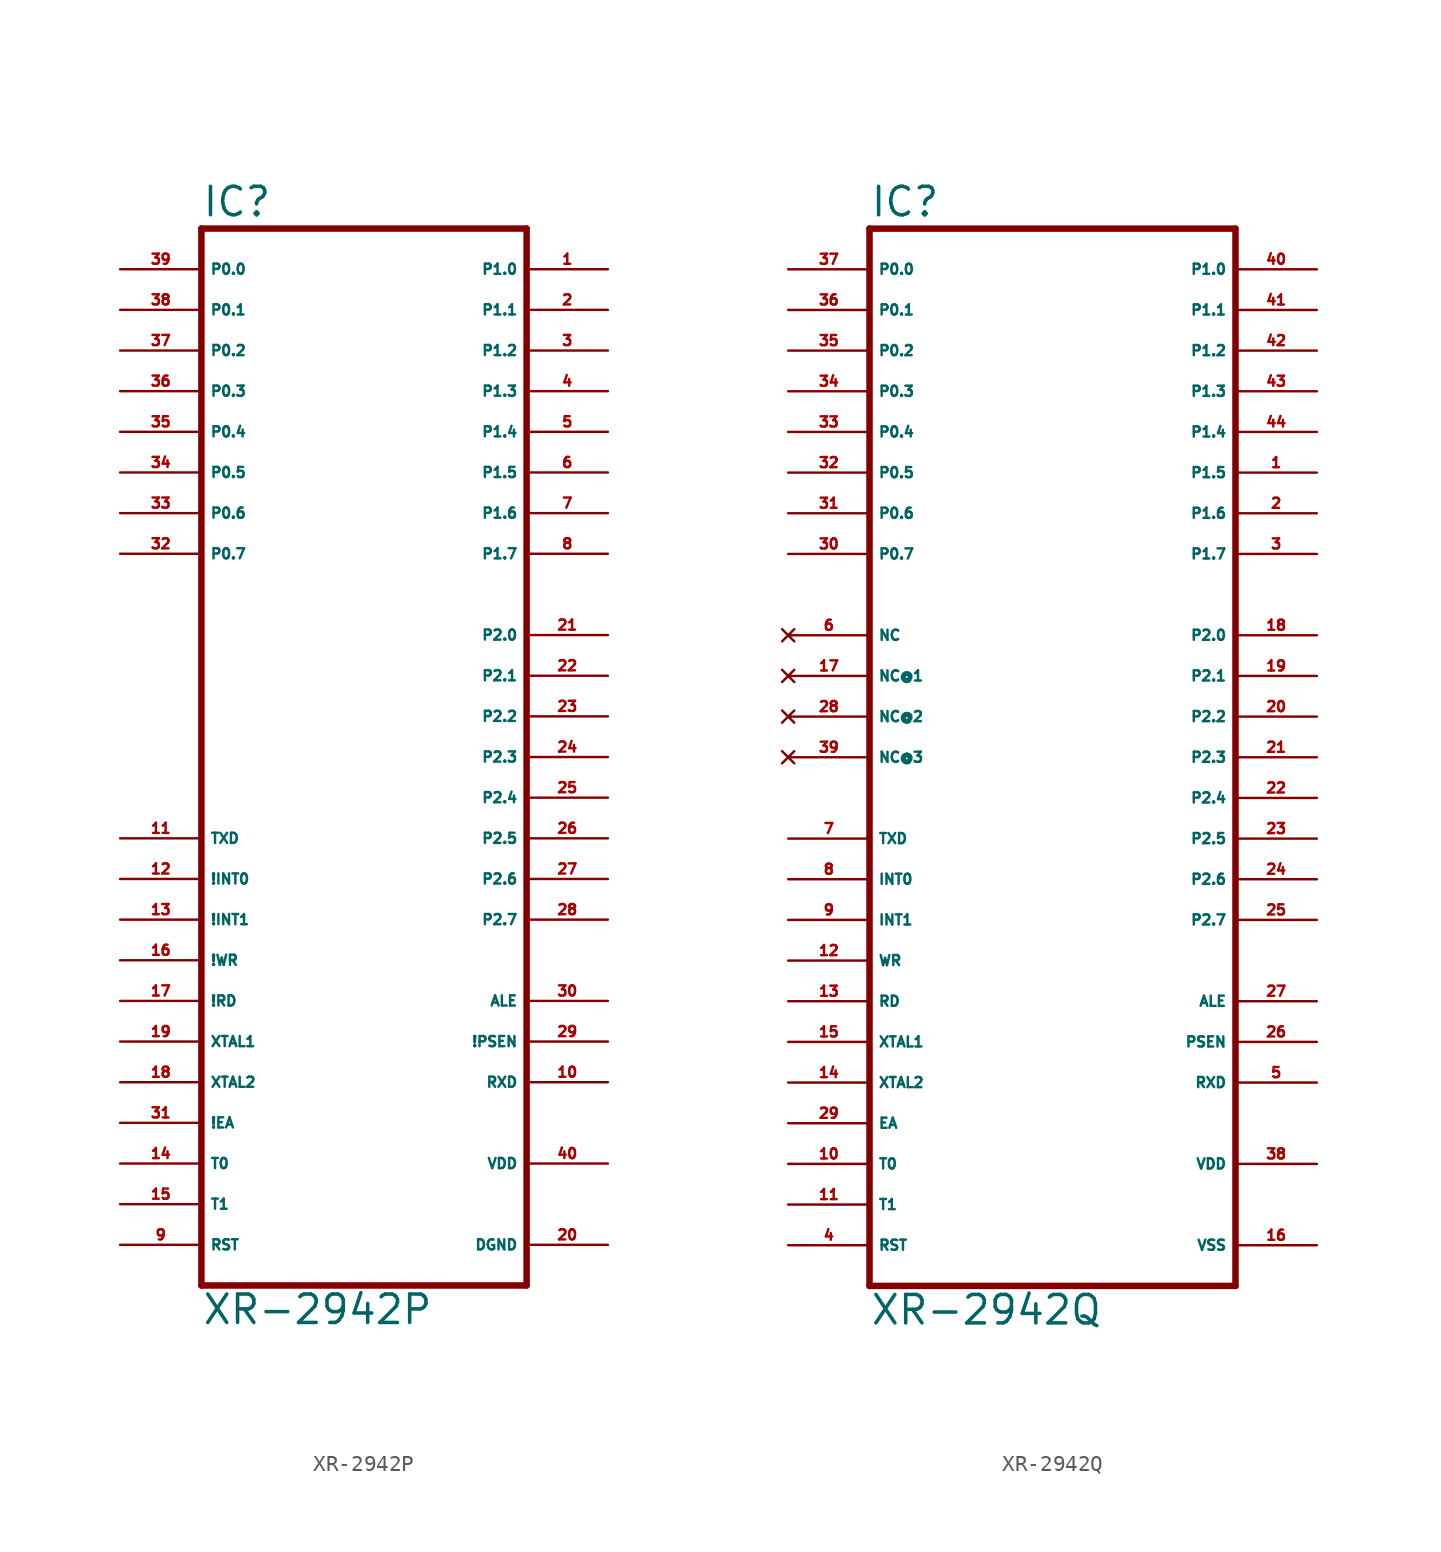
<source format=kicad_sym>
(kicad_symbol_lib
  (version 20220914)
  (generator Eagle2Kicad)
  (symbol "XR-2942P"
    (property "Reference" "IC"
      (at -10.16 31.115 0)
      (effects (font (size 1.778 1.778) (thickness 0.22)) (justify left bottom)))
    (property "Value" "XR-2942P"
      (at -10.16 -38.1 0)
      (effects (font (size 1.778 1.778) (thickness 0.22)) (justify left bottom)))
    (polyline
      (pts (xy -10.16 30.48) (xy 10.16 30.48))
      (stroke (width 0.406) (type default))
      (fill (type none)))
    (polyline
      (pts (xy 10.16 30.48) (xy 10.16 -35.56))
      (stroke (width 0.406) (type default))
      (fill (type none)))
    (polyline
      (pts (xy 10.16 -35.56) (xy -10.16 -35.56))
      (stroke (width 0.406) (type default))
      (fill (type none)))
    (polyline
      (pts (xy -10.16 -35.56) (xy -10.16 30.48))
      (stroke (width 0.406) (type default))
      (fill (type none)))
    (pin bidirectional line
      (at -15.24 27.94 0)
      (length 5.08)
      (name "P0.0" (effects (font (size 0.635 0.635) (thickness 0.08)) (justify left bottom)))
      (number "39" (effects (font (size 0.635 0.635) (thickness 0.08)) (justify left bottom))))
    (pin bidirectional line
      (at -15.24 25.4 0)
      (length 5.08)
      (name "P0.1" (effects (font (size 0.635 0.635) (thickness 0.08)) (justify left bottom)))
      (number "38" (effects (font (size 0.635 0.635) (thickness 0.08)) (justify left bottom))))
    (pin bidirectional line
      (at -15.24 22.86 0)
      (length 5.08)
      (name "P0.2" (effects (font (size 0.635 0.635) (thickness 0.08)) (justify left bottom)))
      (number "37" (effects (font (size 0.635 0.635) (thickness 0.08)) (justify left bottom))))
    (pin bidirectional line
      (at -15.24 20.32 0)
      (length 5.08)
      (name "P0.3" (effects (font (size 0.635 0.635) (thickness 0.08)) (justify left bottom)))
      (number "36" (effects (font (size 0.635 0.635) (thickness 0.08)) (justify left bottom))))
    (pin bidirectional line
      (at -15.24 17.78 0)
      (length 5.08)
      (name "P0.4" (effects (font (size 0.635 0.635) (thickness 0.08)) (justify left bottom)))
      (number "35" (effects (font (size 0.635 0.635) (thickness 0.08)) (justify left bottom))))
    (pin bidirectional line
      (at -15.24 15.24 0)
      (length 5.08)
      (name "P0.5" (effects (font (size 0.635 0.635) (thickness 0.08)) (justify left bottom)))
      (number "34" (effects (font (size 0.635 0.635) (thickness 0.08)) (justify left bottom))))
    (pin bidirectional line
      (at -15.24 12.7 0)
      (length 5.08)
      (name "P0.6" (effects (font (size 0.635 0.635) (thickness 0.08)) (justify left bottom)))
      (number "33" (effects (font (size 0.635 0.635) (thickness 0.08)) (justify left bottom))))
    (pin bidirectional line
      (at -15.24 10.16 0)
      (length 5.08)
      (name "P0.7" (effects (font (size 0.635 0.635) (thickness 0.08)) (justify left bottom)))
      (number "32" (effects (font (size 0.635 0.635) (thickness 0.08)) (justify left bottom))))
    (pin bidirectional line
      (at 15.24 25.4 180)
      (length 5.08)
      (name "P1.1" (effects (font (size 0.635 0.635) (thickness 0.08)) (justify left bottom)))
      (number "2" (effects (font (size 0.635 0.635) (thickness 0.08)) (justify left bottom))))
    (pin bidirectional line
      (at 15.24 22.86 180)
      (length 5.08)
      (name "P1.2" (effects (font (size 0.635 0.635) (thickness 0.08)) (justify left bottom)))
      (number "3" (effects (font (size 0.635 0.635) (thickness 0.08)) (justify left bottom))))
    (pin bidirectional line
      (at 15.24 20.32 180)
      (length 5.08)
      (name "P1.3" (effects (font (size 0.635 0.635) (thickness 0.08)) (justify left bottom)))
      (number "4" (effects (font (size 0.635 0.635) (thickness 0.08)) (justify left bottom))))
    (pin bidirectional line
      (at 15.24 17.78 180)
      (length 5.08)
      (name "P1.4" (effects (font (size 0.635 0.635) (thickness 0.08)) (justify left bottom)))
      (number "5" (effects (font (size 0.635 0.635) (thickness 0.08)) (justify left bottom))))
    (pin bidirectional line
      (at 15.24 15.24 180)
      (length 5.08)
      (name "P1.5" (effects (font (size 0.635 0.635) (thickness 0.08)) (justify left bottom)))
      (number "6" (effects (font (size 0.635 0.635) (thickness 0.08)) (justify left bottom))))
    (pin bidirectional line
      (at 15.24 12.7 180)
      (length 5.08)
      (name "P1.6" (effects (font (size 0.635 0.635) (thickness 0.08)) (justify left bottom)))
      (number "7" (effects (font (size 0.635 0.635) (thickness 0.08)) (justify left bottom))))
    (pin bidirectional line
      (at 15.24 10.16 180)
      (length 5.08)
      (name "P1.7" (effects (font (size 0.635 0.635) (thickness 0.08)) (justify left bottom)))
      (number "8" (effects (font (size 0.635 0.635) (thickness 0.08)) (justify left bottom))))
    (pin bidirectional line
      (at 15.24 27.94 180)
      (length 5.08)
      (name "P1.0" (effects (font (size 0.635 0.635) (thickness 0.08)) (justify left bottom)))
      (number "1" (effects (font (size 0.635 0.635) (thickness 0.08)) (justify left bottom))))
    (pin input line
      (at -15.24 -7.62 0)
      (length 5.08)
      (name "TXD" (effects (font (size 0.635 0.635) (thickness 0.08)) (justify left bottom)))
      (number "11" (effects (font (size 0.635 0.635) (thickness 0.08)) (justify left bottom))))
    (pin input line
      (at -15.24 -10.16 0)
      (length 5.08)
      (name "!INT0" (effects (font (size 0.635 0.635) (thickness 0.08)) (justify left bottom)))
      (number "12" (effects (font (size 0.635 0.635) (thickness 0.08)) (justify left bottom))))
    (pin input line
      (at -15.24 -12.7 0)
      (length 5.08)
      (name "!INT1" (effects (font (size 0.635 0.635) (thickness 0.08)) (justify left bottom)))
      (number "13" (effects (font (size 0.635 0.635) (thickness 0.08)) (justify left bottom))))
    (pin input line
      (at -15.24 -15.24 0)
      (length 5.08)
      (name "!WR" (effects (font (size 0.635 0.635) (thickness 0.08)) (justify left bottom)))
      (number "16" (effects (font (size 0.635 0.635) (thickness 0.08)) (justify left bottom))))
    (pin input line
      (at -15.24 -17.78 0)
      (length 5.08)
      (name "!RD" (effects (font (size 0.635 0.635) (thickness 0.08)) (justify left bottom)))
      (number "17" (effects (font (size 0.635 0.635) (thickness 0.08)) (justify left bottom))))
    (pin input line
      (at -15.24 -20.32 0)
      (length 5.08)
      (name "XTAL1" (effects (font (size 0.635 0.635) (thickness 0.08)) (justify left bottom)))
      (number "19" (effects (font (size 0.635 0.635) (thickness 0.08)) (justify left bottom))))
    (pin input line
      (at -15.24 -22.86 0)
      (length 5.08)
      (name "XTAL2" (effects (font (size 0.635 0.635) (thickness 0.08)) (justify left bottom)))
      (number "18" (effects (font (size 0.635 0.635) (thickness 0.08)) (justify left bottom))))
    (pin output line
      (at 15.24 -20.32 180)
      (length 5.08)
      (name "!PSEN" (effects (font (size 0.635 0.635) (thickness 0.08)) (justify left bottom)))
      (number "29" (effects (font (size 0.635 0.635) (thickness 0.08)) (justify left bottom))))
    (pin output line
      (at 15.24 -17.78 180)
      (length 5.08)
      (name "ALE" (effects (font (size 0.635 0.635) (thickness 0.08)) (justify left bottom)))
      (number "30" (effects (font (size 0.635 0.635) (thickness 0.08)) (justify left bottom))))
    (pin input line
      (at -15.24 -25.4 0)
      (length 5.08)
      (name "!EA" (effects (font (size 0.635 0.635) (thickness 0.08)) (justify left bottom)))
      (number "31" (effects (font (size 0.635 0.635) (thickness 0.08)) (justify left bottom))))
    (pin bidirectional line
      (at 15.24 5.08 180)
      (length 5.08)
      (name "P2.0" (effects (font (size 0.635 0.635) (thickness 0.08)) (justify left bottom)))
      (number "21" (effects (font (size 0.635 0.635) (thickness 0.08)) (justify left bottom))))
    (pin bidirectional line
      (at 15.24 2.54 180)
      (length 5.08)
      (name "P2.1" (effects (font (size 0.635 0.635) (thickness 0.08)) (justify left bottom)))
      (number "22" (effects (font (size 0.635 0.635) (thickness 0.08)) (justify left bottom))))
    (pin bidirectional line
      (at 15.24 0 180)
      (length 5.08)
      (name "P2.2" (effects (font (size 0.635 0.635) (thickness 0.08)) (justify left bottom)))
      (number "23" (effects (font (size 0.635 0.635) (thickness 0.08)) (justify left bottom))))
    (pin bidirectional line
      (at 15.24 -2.54 180)
      (length 5.08)
      (name "P2.3" (effects (font (size 0.635 0.635) (thickness 0.08)) (justify left bottom)))
      (number "24" (effects (font (size 0.635 0.635) (thickness 0.08)) (justify left bottom))))
    (pin bidirectional line
      (at 15.24 -5.08 180)
      (length 5.08)
      (name "P2.4" (effects (font (size 0.635 0.635) (thickness 0.08)) (justify left bottom)))
      (number "25" (effects (font (size 0.635 0.635) (thickness 0.08)) (justify left bottom))))
    (pin bidirectional line
      (at 15.24 -7.62 180)
      (length 5.08)
      (name "P2.5" (effects (font (size 0.635 0.635) (thickness 0.08)) (justify left bottom)))
      (number "26" (effects (font (size 0.635 0.635) (thickness 0.08)) (justify left bottom))))
    (pin bidirectional line
      (at 15.24 -10.16 180)
      (length 5.08)
      (name "P2.6" (effects (font (size 0.635 0.635) (thickness 0.08)) (justify left bottom)))
      (number "27" (effects (font (size 0.635 0.635) (thickness 0.08)) (justify left bottom))))
    (pin bidirectional line
      (at 15.24 -12.7 180)
      (length 5.08)
      (name "P2.7" (effects (font (size 0.635 0.635) (thickness 0.08)) (justify left bottom)))
      (number "28" (effects (font (size 0.635 0.635) (thickness 0.08)) (justify left bottom))))
    (pin input line
      (at -15.24 -27.94 0)
      (length 5.08)
      (name "T0" (effects (font (size 0.635 0.635) (thickness 0.08)) (justify left bottom)))
      (number "14" (effects (font (size 0.635 0.635) (thickness 0.08)) (justify left bottom))))
    (pin input line
      (at -15.24 -30.48 0)
      (length 5.08)
      (name "T1" (effects (font (size 0.635 0.635) (thickness 0.08)) (justify left bottom)))
      (number "15" (effects (font (size 0.635 0.635) (thickness 0.08)) (justify left bottom))))
    (pin unspecified line
      (at 15.24 -27.94 180)
      (length 5.08)
      (name "VDD" (effects (font (size 0.635 0.635) (thickness 0.08)) (justify left bottom)))
      (number "40" (effects (font (size 0.635 0.635) (thickness 0.08)) (justify left bottom))))
    (pin unspecified line
      (at 15.24 -33.02 180)
      (length 5.08)
      (name "DGND" (effects (font (size 0.635 0.635) (thickness 0.08)) (justify left bottom)))
      (number "20" (effects (font (size 0.635 0.635) (thickness 0.08)) (justify left bottom))))
    (pin input line
      (at -15.24 -33.02 0)
      (length 5.08)
      (name "RST" (effects (font (size 0.635 0.635) (thickness 0.08)) (justify left bottom)))
      (number "9" (effects (font (size 0.635 0.635) (thickness 0.08)) (justify left bottom))))
    (pin output line
      (at 15.24 -22.86 180)
      (length 5.08)
      (name "RXD" (effects (font (size 0.635 0.635) (thickness 0.08)) (justify left bottom)))
      (number "10" (effects (font (size 0.635 0.635) (thickness 0.08)) (justify left bottom)))))
  (symbol "XR-2942Q"
    (property "Reference" "IC"
      (at -12.7 31.115 0)
      (effects (font (size 1.778 1.778) (thickness 0.22)) (justify left bottom)))
    (property "Value" "XR-2942Q"
      (at -12.7 -38.1 0)
      (effects (font (size 1.778 1.778) (thickness 0.22)) (justify left bottom)))
    (polyline
      (pts (xy -12.7 30.48) (xy 10.16 30.48))
      (stroke (width 0.406) (type default))
      (fill (type none)))
    (polyline
      (pts (xy 10.16 30.48) (xy 10.16 -35.56))
      (stroke (width 0.406) (type default))
      (fill (type none)))
    (polyline
      (pts (xy 10.16 -35.56) (xy -12.7 -35.56))
      (stroke (width 0.406) (type default))
      (fill (type none)))
    (polyline
      (pts (xy -12.7 -35.56) (xy -12.7 30.48))
      (stroke (width 0.406) (type default))
      (fill (type none)))
    (pin bidirectional line
      (at -17.78 27.94 0)
      (length 5.08)
      (name "P0.0" (effects (font (size 0.635 0.635) (thickness 0.08)) (justify left bottom)))
      (number "37" (effects (font (size 0.635 0.635) (thickness 0.08)) (justify left bottom))))
    (pin bidirectional line
      (at -17.78 25.4 0)
      (length 5.08)
      (name "P0.1" (effects (font (size 0.635 0.635) (thickness 0.08)) (justify left bottom)))
      (number "36" (effects (font (size 0.635 0.635) (thickness 0.08)) (justify left bottom))))
    (pin bidirectional line
      (at -17.78 22.86 0)
      (length 5.08)
      (name "P0.2" (effects (font (size 0.635 0.635) (thickness 0.08)) (justify left bottom)))
      (number "35" (effects (font (size 0.635 0.635) (thickness 0.08)) (justify left bottom))))
    (pin bidirectional line
      (at -17.78 20.32 0)
      (length 5.08)
      (name "P0.3" (effects (font (size 0.635 0.635) (thickness 0.08)) (justify left bottom)))
      (number "34" (effects (font (size 0.635 0.635) (thickness 0.08)) (justify left bottom))))
    (pin bidirectional line
      (at -17.78 17.78 0)
      (length 5.08)
      (name "P0.4" (effects (font (size 0.635 0.635) (thickness 0.08)) (justify left bottom)))
      (number "33" (effects (font (size 0.635 0.635) (thickness 0.08)) (justify left bottom))))
    (pin bidirectional line
      (at -17.78 15.24 0)
      (length 5.08)
      (name "P0.5" (effects (font (size 0.635 0.635) (thickness 0.08)) (justify left bottom)))
      (number "32" (effects (font (size 0.635 0.635) (thickness 0.08)) (justify left bottom))))
    (pin bidirectional line
      (at -17.78 12.7 0)
      (length 5.08)
      (name "P0.6" (effects (font (size 0.635 0.635) (thickness 0.08)) (justify left bottom)))
      (number "31" (effects (font (size 0.635 0.635) (thickness 0.08)) (justify left bottom))))
    (pin bidirectional line
      (at -17.78 10.16 0)
      (length 5.08)
      (name "P0.7" (effects (font (size 0.635 0.635) (thickness 0.08)) (justify left bottom)))
      (number "30" (effects (font (size 0.635 0.635) (thickness 0.08)) (justify left bottom))))
    (pin bidirectional line
      (at 15.24 25.4 180)
      (length 5.08)
      (name "P1.1" (effects (font (size 0.635 0.635) (thickness 0.08)) (justify left bottom)))
      (number "41" (effects (font (size 0.635 0.635) (thickness 0.08)) (justify left bottom))))
    (pin bidirectional line
      (at 15.24 22.86 180)
      (length 5.08)
      (name "P1.2" (effects (font (size 0.635 0.635) (thickness 0.08)) (justify left bottom)))
      (number "42" (effects (font (size 0.635 0.635) (thickness 0.08)) (justify left bottom))))
    (pin bidirectional line
      (at 15.24 20.32 180)
      (length 5.08)
      (name "P1.3" (effects (font (size 0.635 0.635) (thickness 0.08)) (justify left bottom)))
      (number "43" (effects (font (size 0.635 0.635) (thickness 0.08)) (justify left bottom))))
    (pin bidirectional line
      (at 15.24 17.78 180)
      (length 5.08)
      (name "P1.4" (effects (font (size 0.635 0.635) (thickness 0.08)) (justify left bottom)))
      (number "44" (effects (font (size 0.635 0.635) (thickness 0.08)) (justify left bottom))))
    (pin bidirectional line
      (at 15.24 15.24 180)
      (length 5.08)
      (name "P1.5" (effects (font (size 0.635 0.635) (thickness 0.08)) (justify left bottom)))
      (number "1" (effects (font (size 0.635 0.635) (thickness 0.08)) (justify left bottom))))
    (pin bidirectional line
      (at 15.24 12.7 180)
      (length 5.08)
      (name "P1.6" (effects (font (size 0.635 0.635) (thickness 0.08)) (justify left bottom)))
      (number "2" (effects (font (size 0.635 0.635) (thickness 0.08)) (justify left bottom))))
    (pin bidirectional line
      (at 15.24 10.16 180)
      (length 5.08)
      (name "P1.7" (effects (font (size 0.635 0.635) (thickness 0.08)) (justify left bottom)))
      (number "3" (effects (font (size 0.635 0.635) (thickness 0.08)) (justify left bottom))))
    (pin bidirectional line
      (at 15.24 27.94 180)
      (length 5.08)
      (name "P1.0" (effects (font (size 0.635 0.635) (thickness 0.08)) (justify left bottom)))
      (number "40" (effects (font (size 0.635 0.635) (thickness 0.08)) (justify left bottom))))
    (pin input line
      (at -17.78 -7.62 0)
      (length 5.08)
      (name "TXD" (effects (font (size 0.635 0.635) (thickness 0.08)) (justify left bottom)))
      (number "7" (effects (font (size 0.635 0.635) (thickness 0.08)) (justify left bottom))))
    (pin input line
      (at -17.78 -10.16 0)
      (length 5.08)
      (name "INT0" (effects (font (size 0.635 0.635) (thickness 0.08)) (justify left bottom)))
      (number "8" (effects (font (size 0.635 0.635) (thickness 0.08)) (justify left bottom))))
    (pin input line
      (at -17.78 -12.7 0)
      (length 5.08)
      (name "INT1" (effects (font (size 0.635 0.635) (thickness 0.08)) (justify left bottom)))
      (number "9" (effects (font (size 0.635 0.635) (thickness 0.08)) (justify left bottom))))
    (pin input line
      (at -17.78 -15.24 0)
      (length 5.08)
      (name "WR" (effects (font (size 0.635 0.635) (thickness 0.08)) (justify left bottom)))
      (number "12" (effects (font (size 0.635 0.635) (thickness 0.08)) (justify left bottom))))
    (pin input line
      (at -17.78 -17.78 0)
      (length 5.08)
      (name "RD" (effects (font (size 0.635 0.635) (thickness 0.08)) (justify left bottom)))
      (number "13" (effects (font (size 0.635 0.635) (thickness 0.08)) (justify left bottom))))
    (pin input line
      (at -17.78 -20.32 0)
      (length 5.08)
      (name "XTAL1" (effects (font (size 0.635 0.635) (thickness 0.08)) (justify left bottom)))
      (number "15" (effects (font (size 0.635 0.635) (thickness 0.08)) (justify left bottom))))
    (pin input line
      (at -17.78 -22.86 0)
      (length 5.08)
      (name "XTAL2" (effects (font (size 0.635 0.635) (thickness 0.08)) (justify left bottom)))
      (number "14" (effects (font (size 0.635 0.635) (thickness 0.08)) (justify left bottom))))
    (pin output line
      (at 15.24 -20.32 180)
      (length 5.08)
      (name "PSEN" (effects (font (size 0.635 0.635) (thickness 0.08)) (justify left bottom)))
      (number "26" (effects (font (size 0.635 0.635) (thickness 0.08)) (justify left bottom))))
    (pin output line
      (at 15.24 -17.78 180)
      (length 5.08)
      (name "ALE" (effects (font (size 0.635 0.635) (thickness 0.08)) (justify left bottom)))
      (number "27" (effects (font (size 0.635 0.635) (thickness 0.08)) (justify left bottom))))
    (pin input line
      (at -17.78 -25.4 0)
      (length 5.08)
      (name "EA" (effects (font (size 0.635 0.635) (thickness 0.08)) (justify left bottom)))
      (number "29" (effects (font (size 0.635 0.635) (thickness 0.08)) (justify left bottom))))
    (pin bidirectional line
      (at 15.24 5.08 180)
      (length 5.08)
      (name "P2.0" (effects (font (size 0.635 0.635) (thickness 0.08)) (justify left bottom)))
      (number "18" (effects (font (size 0.635 0.635) (thickness 0.08)) (justify left bottom))))
    (pin bidirectional line
      (at 15.24 2.54 180)
      (length 5.08)
      (name "P2.1" (effects (font (size 0.635 0.635) (thickness 0.08)) (justify left bottom)))
      (number "19" (effects (font (size 0.635 0.635) (thickness 0.08)) (justify left bottom))))
    (pin bidirectional line
      (at 15.24 0 180)
      (length 5.08)
      (name "P2.2" (effects (font (size 0.635 0.635) (thickness 0.08)) (justify left bottom)))
      (number "20" (effects (font (size 0.635 0.635) (thickness 0.08)) (justify left bottom))))
    (pin bidirectional line
      (at 15.24 -2.54 180)
      (length 5.08)
      (name "P2.3" (effects (font (size 0.635 0.635) (thickness 0.08)) (justify left bottom)))
      (number "21" (effects (font (size 0.635 0.635) (thickness 0.08)) (justify left bottom))))
    (pin bidirectional line
      (at 15.24 -5.08 180)
      (length 5.08)
      (name "P2.4" (effects (font (size 0.635 0.635) (thickness 0.08)) (justify left bottom)))
      (number "22" (effects (font (size 0.635 0.635) (thickness 0.08)) (justify left bottom))))
    (pin bidirectional line
      (at 15.24 -7.62 180)
      (length 5.08)
      (name "P2.5" (effects (font (size 0.635 0.635) (thickness 0.08)) (justify left bottom)))
      (number "23" (effects (font (size 0.635 0.635) (thickness 0.08)) (justify left bottom))))
    (pin bidirectional line
      (at 15.24 -10.16 180)
      (length 5.08)
      (name "P2.6" (effects (font (size 0.635 0.635) (thickness 0.08)) (justify left bottom)))
      (number "24" (effects (font (size 0.635 0.635) (thickness 0.08)) (justify left bottom))))
    (pin bidirectional line
      (at 15.24 -12.7 180)
      (length 5.08)
      (name "P2.7" (effects (font (size 0.635 0.635) (thickness 0.08)) (justify left bottom)))
      (number "25" (effects (font (size 0.635 0.635) (thickness 0.08)) (justify left bottom))))
    (pin input line
      (at -17.78 -27.94 0)
      (length 5.08)
      (name "T0" (effects (font (size 0.635 0.635) (thickness 0.08)) (justify left bottom)))
      (number "10" (effects (font (size 0.635 0.635) (thickness 0.08)) (justify left bottom))))
    (pin input line
      (at -17.78 -30.48 0)
      (length 5.08)
      (name "T1" (effects (font (size 0.635 0.635) (thickness 0.08)) (justify left bottom)))
      (number "11" (effects (font (size 0.635 0.635) (thickness 0.08)) (justify left bottom))))
    (pin unspecified line
      (at 15.24 -27.94 180)
      (length 5.08)
      (name "VDD" (effects (font (size 0.635 0.635) (thickness 0.08)) (justify left bottom)))
      (number "38" (effects (font (size 0.635 0.635) (thickness 0.08)) (justify left bottom))))
    (pin unspecified line
      (at 15.24 -33.02 180)
      (length 5.08)
      (name "VSS" (effects (font (size 0.635 0.635) (thickness 0.08)) (justify left bottom)))
      (number "16" (effects (font (size 0.635 0.635) (thickness 0.08)) (justify left bottom))))
    (pin input line
      (at -17.78 -33.02 0)
      (length 5.08)
      (name "RST" (effects (font (size 0.635 0.635) (thickness 0.08)) (justify left bottom)))
      (number "4" (effects (font (size 0.635 0.635) (thickness 0.08)) (justify left bottom))))
    (pin output line
      (at 15.24 -22.86 180)
      (length 5.08)
      (name "RXD" (effects (font (size 0.635 0.635) (thickness 0.08)) (justify left bottom)))
      (number "5" (effects (font (size 0.635 0.635) (thickness 0.08)) (justify left bottom))))
    (pin no_connect line
      (at -17.78 5.08 0)
      (length 5.08)
      (name "NC" (effects (font (size 0.635 0.635) (thickness 0.08)) (justify left bottom) hide))
      (number "6" (effects (font (size 0.635 0.635) (thickness 0.08)) (justify left bottom) hide)))
    (pin no_connect line
      (at -17.78 2.54 0)
      (length 5.08)
      (name "NC@1" (effects (font (size 0.635 0.635) (thickness 0.08)) (justify left bottom) hide))
      (number "17" (effects (font (size 0.635 0.635) (thickness 0.08)) (justify left bottom) hide)))
    (pin no_connect line
      (at -17.78 0 0)
      (length 5.08)
      (name "NC@2" (effects (font (size 0.635 0.635) (thickness 0.08)) (justify left bottom) hide))
      (number "28" (effects (font (size 0.635 0.635) (thickness 0.08)) (justify left bottom) hide)))
    (pin no_connect line
      (at -17.78 -2.54 0)
      (length 5.08)
      (name "NC@3" (effects (font (size 0.635 0.635) (thickness 0.08)) (justify left bottom) hide))
      (number "39" (effects (font (size 0.635 0.635) (thickness 0.08)) (justify left bottom) hide)))))
</source>
